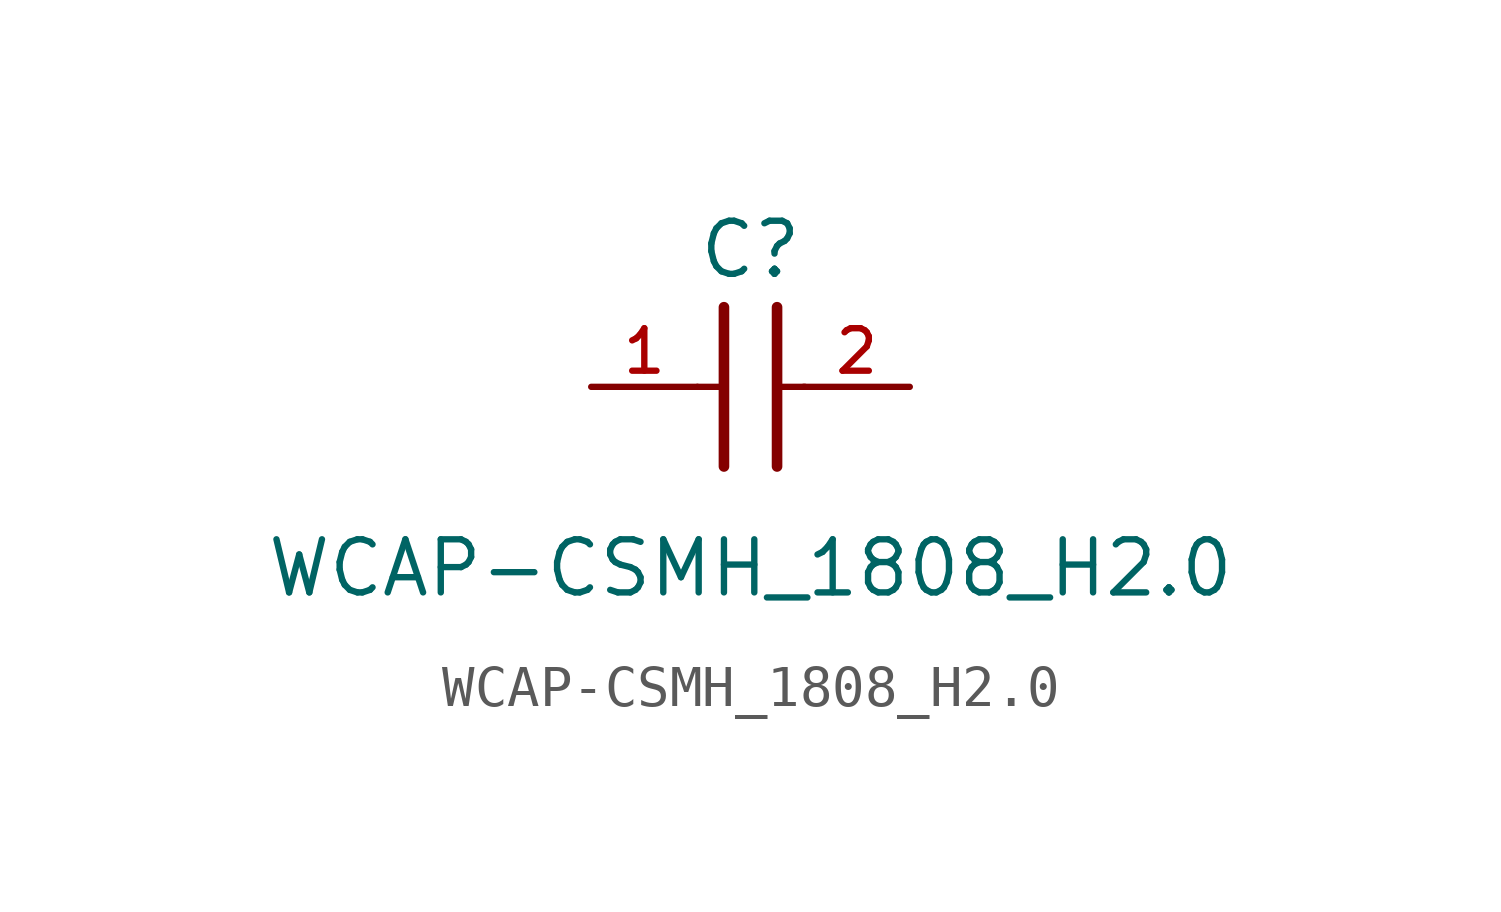
<source format=kicad_sym>
(kicad_symbol_lib
  (version 20231120)
  (generator "kicad_symbol_editor")
  (generator_version "8.0")
  (symbol "WCAP-CSMH_1808_H2.0"
    (pin_names
      (offset 1.016))
    (property "Reference" "C"
      (at 1.27 2.54 0)
      (effects (font (size 1.27 1.27)) (justify bottom)))
    (property "Value" "WCAP-CSMH_1808_H2.0"
      (at 1.27 -5.08 0)
      (effects (font (size 1.27 1.27)) (justify bottom)))
    (symbol "WCAP-CSMH_1808_H2.0_0_0"
      (polyline (pts (xy 0 0) (xy 0.643 0)) (stroke (width 0.152) (type default)) (fill (type none)))
      (polyline (pts (xy 0.635 -1.905) (xy 0.635 1.905)) (stroke (width 0.254) (type default)) (fill (type none)))
      (polyline (pts (xy 1.905 1.905) (xy 1.905 -1.905)) (stroke (width 0.254) (type default)) (fill (type none)))
      (polyline (pts (xy 1.928 0) (xy 2.571 0)) (stroke (width 0.152) (type default)) (fill (type none)))
      (pin passive line (at -2.54 0 0) (length 2.54) (name "~" (effects (font (size 1.016 1.016)))) (number "1" (effects (font (size 1.016 1.016)))))
      (pin passive line (at 5.08 0 180) (length 2.54) (name "~" (effects (font (size 1.016 1.016)))) (number "2" (effects (font (size 1.016 1.016))))))))
</source>
